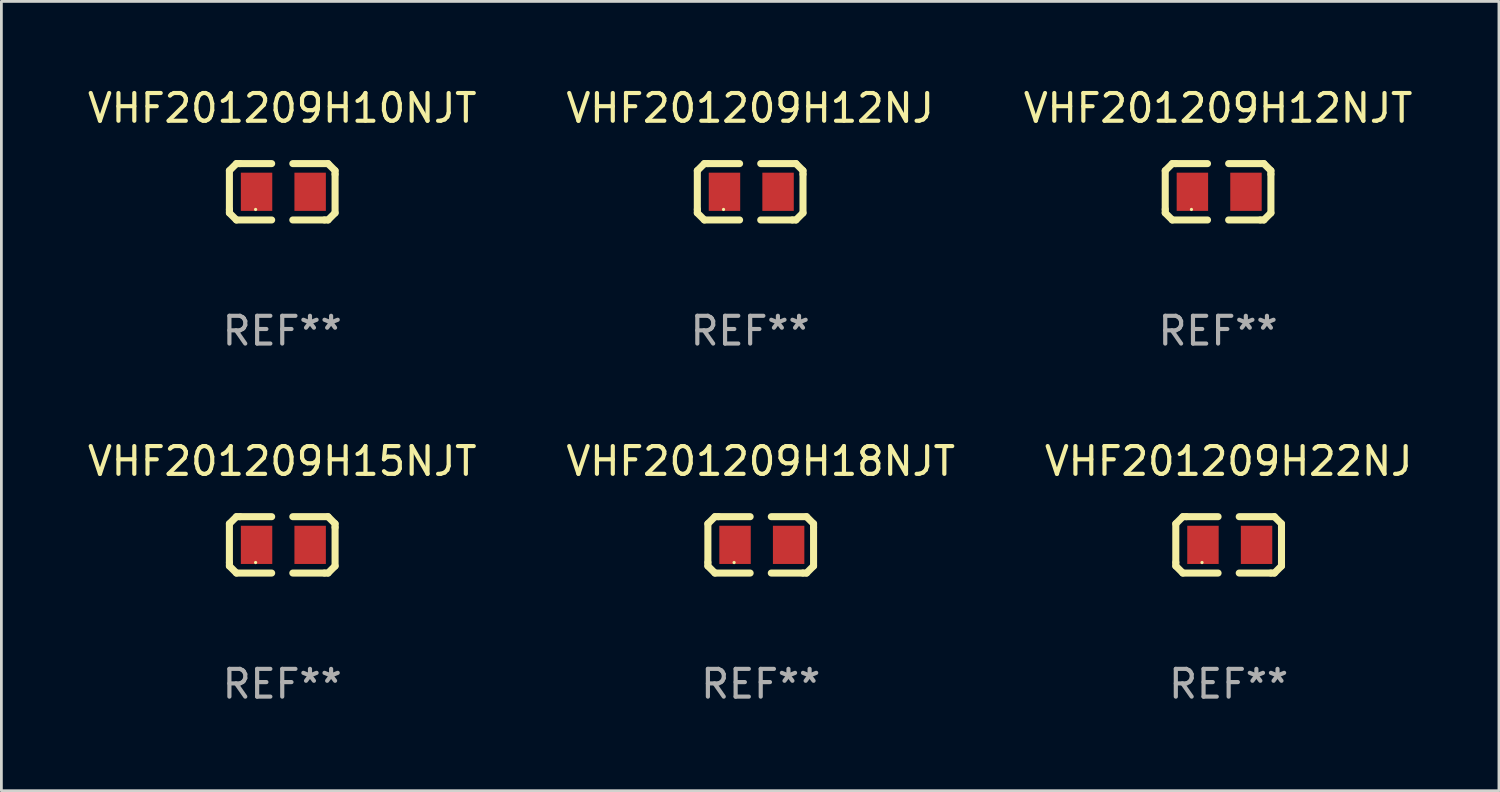
<source format=kicad_pcb>
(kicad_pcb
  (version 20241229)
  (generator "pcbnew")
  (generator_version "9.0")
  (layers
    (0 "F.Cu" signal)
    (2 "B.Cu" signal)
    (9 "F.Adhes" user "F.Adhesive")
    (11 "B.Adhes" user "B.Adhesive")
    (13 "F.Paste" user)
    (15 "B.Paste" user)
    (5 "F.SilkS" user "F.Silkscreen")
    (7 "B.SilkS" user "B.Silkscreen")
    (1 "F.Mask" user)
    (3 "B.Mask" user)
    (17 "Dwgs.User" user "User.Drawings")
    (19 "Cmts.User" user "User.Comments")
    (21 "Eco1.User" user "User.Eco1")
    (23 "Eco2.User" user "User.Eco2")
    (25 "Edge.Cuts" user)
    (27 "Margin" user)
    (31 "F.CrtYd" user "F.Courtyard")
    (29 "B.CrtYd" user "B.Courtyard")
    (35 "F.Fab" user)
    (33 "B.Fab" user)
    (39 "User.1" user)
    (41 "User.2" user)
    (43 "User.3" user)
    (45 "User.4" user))
  (footprint "VHF201209H12NJT"
    (layer "F.Cu")
    (at 40.863 3.864)
    (property "Reference" "VHF201209H12NJT" (at 0 -3.016 0) (layer "F.SilkS") (effects (font (size 1 1) (thickness 0.15))))
    (attr through_hole)
    (fp_line (start -1.905 -0.762) (end -1.905 0.635) (stroke (width 0.254) (type solid)) (layer "F.SilkS"))
    (fp_line (start -1.905 0.635) (end -1.905 0.762) (stroke (width 0.254) (type solid)) (layer "F.SilkS"))
    (fp_line (start -1.905 0.762) (end -1.651 1.016) (stroke (width 0.254) (type solid)) (layer "F.SilkS"))
    (fp_line (start -1.651 -1.016) (end -1.905 -0.762) (stroke (width 0.254) (type solid)) (layer "F.SilkS"))
    (fp_line (start -1.651 1.016) (end -0.381 1.016) (stroke (width 0.254) (type solid)) (layer "F.SilkS"))
    (fp_line (start -1.524 -1.016) (end -1.651 -1.016) (stroke (width 0.254) (type solid)) (layer "F.SilkS"))
    (fp_line (start -0.381 -1.016) (end -1.524 -1.016) (stroke (width 0.254) (type solid)) (layer "F.SilkS"))
    (fp_line (start 0.381 1.016) (end 1.524 1.016) (stroke (width 0.254) (type solid)) (layer "F.SilkS"))
    (fp_line (start 1.524 1.016) (end 1.651 1.016) (stroke (width 0.254) (type solid)) (layer "F.SilkS"))
    (fp_line (start 1.651 -1.016) (end 0.381 -1.016) (stroke (width 0.254) (type solid)) (layer "F.SilkS"))
    (fp_line (start 1.651 1.016) (end 1.905 0.762) (stroke (width 0.254) (type solid)) (layer "F.SilkS"))
    (fp_line (start 1.905 -0.762) (end 1.651 -1.016) (stroke (width 0.254) (type solid)) (layer "F.SilkS"))
    (fp_line (start 1.905 -0.635) (end 1.905 -0.762) (stroke (width 0.254) (type solid)) (layer "F.SilkS"))
    (fp_line (start 1.905 0.762) (end 1.905 -0.635) (stroke (width 0.254) (type solid)) (layer "F.SilkS"))
    (fp_circle (center -0.96 0.637) (end -0.93 0.637) (stroke (width 0.06) (type solid)) (fill no) (layer "F.SilkS"))
    (fp_text user "REF**" (at 0 5.016 0) (layer "F.Fab") (effects (font (size 1 1) (thickness 0.15))))
    (pad "1" smd rect (at -0.926 -0.000051) (size 1.133 1.377) (layers "F.Cu" "F.Mask" "F.Paste"))
    (pad "2" smd rect (at 1.006 -0.000051) (size 1.133 1.377) (layers "F.Cu" "F.Mask" "F.Paste")))
  (footprint "VHF201209H12NJ"
    (layer "F.Cu")
    (at 23.994 3.864)
    (property "Reference" "VHF201209H12NJ" (at 0 -3.016 0) (layer "F.SilkS") (effects (font (size 1 1) (thickness 0.15))))
    (attr through_hole)
    (fp_line (start -1.905 -0.762) (end -1.905 0.635) (stroke (width 0.254) (type solid)) (layer "F.SilkS"))
    (fp_line (start -1.905 0.635) (end -1.905 0.762) (stroke (width 0.254) (type solid)) (layer "F.SilkS"))
    (fp_line (start -1.905 0.762) (end -1.651 1.016) (stroke (width 0.254) (type solid)) (layer "F.SilkS"))
    (fp_line (start -1.651 -1.016) (end -1.905 -0.762) (stroke (width 0.254) (type solid)) (layer "F.SilkS"))
    (fp_line (start -1.651 1.016) (end -0.381 1.016) (stroke (width 0.254) (type solid)) (layer "F.SilkS"))
    (fp_line (start -1.524 -1.016) (end -1.651 -1.016) (stroke (width 0.254) (type solid)) (layer "F.SilkS"))
    (fp_line (start -0.381 -1.016) (end -1.524 -1.016) (stroke (width 0.254) (type solid)) (layer "F.SilkS"))
    (fp_line (start 0.381 1.016) (end 1.524 1.016) (stroke (width 0.254) (type solid)) (layer "F.SilkS"))
    (fp_line (start 1.524 1.016) (end 1.651 1.016) (stroke (width 0.254) (type solid)) (layer "F.SilkS"))
    (fp_line (start 1.651 -1.016) (end 0.381 -1.016) (stroke (width 0.254) (type solid)) (layer "F.SilkS"))
    (fp_line (start 1.651 1.016) (end 1.905 0.762) (stroke (width 0.254) (type solid)) (layer "F.SilkS"))
    (fp_line (start 1.905 -0.762) (end 1.651 -1.016) (stroke (width 0.254) (type solid)) (layer "F.SilkS"))
    (fp_line (start 1.905 -0.635) (end 1.905 -0.762) (stroke (width 0.254) (type solid)) (layer "F.SilkS"))
    (fp_line (start 1.905 0.762) (end 1.905 -0.635) (stroke (width 0.254) (type solid)) (layer "F.SilkS"))
    (fp_circle (center -0.96 0.637) (end -0.93 0.637) (stroke (width 0.06) (type solid)) (fill no) (layer "F.SilkS"))
    (fp_text user "REF**" (at 0 5.016 0) (layer "F.Fab") (effects (font (size 1 1) (thickness 0.15))))
    (pad "1" smd rect (at -0.926 -0.000051) (size 1.133 1.377) (layers "F.Cu" "F.Mask" "F.Paste"))
    (pad "2" smd rect (at 1.006 -0.000051) (size 1.133 1.377) (layers "F.Cu" "F.Mask" "F.Paste")))
  (footprint "VHF201209H22NJ"
    (layer "F.Cu")
    (at 41.244 16.593)
    (property "Reference" "VHF201209H22NJ" (at 0 -3.016 0) (layer "F.SilkS") (effects (font (size 1 1) (thickness 0.15))))
    (attr through_hole)
    (fp_line (start -1.905 -0.762) (end -1.905 0.635) (stroke (width 0.254) (type solid)) (layer "F.SilkS"))
    (fp_line (start -1.905 0.635) (end -1.905 0.762) (stroke (width 0.254) (type solid)) (layer "F.SilkS"))
    (fp_line (start -1.905 0.762) (end -1.651 1.016) (stroke (width 0.254) (type solid)) (layer "F.SilkS"))
    (fp_line (start -1.651 -1.016) (end -1.905 -0.762) (stroke (width 0.254) (type solid)) (layer "F.SilkS"))
    (fp_line (start -1.651 1.016) (end -0.381 1.016) (stroke (width 0.254) (type solid)) (layer "F.SilkS"))
    (fp_line (start -1.524 -1.016) (end -1.651 -1.016) (stroke (width 0.254) (type solid)) (layer "F.SilkS"))
    (fp_line (start -0.381 -1.016) (end -1.524 -1.016) (stroke (width 0.254) (type solid)) (layer "F.SilkS"))
    (fp_line (start 0.381 1.016) (end 1.524 1.016) (stroke (width 0.254) (type solid)) (layer "F.SilkS"))
    (fp_line (start 1.524 1.016) (end 1.651 1.016) (stroke (width 0.254) (type solid)) (layer "F.SilkS"))
    (fp_line (start 1.651 -1.016) (end 0.381 -1.016) (stroke (width 0.254) (type solid)) (layer "F.SilkS"))
    (fp_line (start 1.651 1.016) (end 1.905 0.762) (stroke (width 0.254) (type solid)) (layer "F.SilkS"))
    (fp_line (start 1.905 -0.762) (end 1.651 -1.016) (stroke (width 0.254) (type solid)) (layer "F.SilkS"))
    (fp_line (start 1.905 -0.635) (end 1.905 -0.762) (stroke (width 0.254) (type solid)) (layer "F.SilkS"))
    (fp_line (start 1.905 0.762) (end 1.905 -0.635) (stroke (width 0.254) (type solid)) (layer "F.SilkS"))
    (fp_circle (center -0.96 0.637) (end -0.93 0.637) (stroke (width 0.06) (type solid)) (fill no) (layer "F.SilkS"))
    (fp_text user "REF**" (at 0 5.016 0) (layer "F.Fab") (effects (font (size 1 1) (thickness 0.15))))
    (pad "1" smd rect (at -0.926 -0.000051) (size 1.133 1.377) (layers "F.Cu" "F.Mask" "F.Paste"))
    (pad "2" smd rect (at 1.006 -0.000051) (size 1.133 1.377) (layers "F.Cu" "F.Mask" "F.Paste")))
  (footprint "VHF201209H15NJT"
    (layer "F.Cu")
    (at 7.125 16.593)
    (property "Reference" "VHF201209H15NJT" (at 0 -3.016 0) (layer "F.SilkS") (effects (font (size 1 1) (thickness 0.15))))
    (attr through_hole)
    (fp_line (start -1.905 -0.762) (end -1.905 0.635) (stroke (width 0.254) (type solid)) (layer "F.SilkS"))
    (fp_line (start -1.905 0.635) (end -1.905 0.762) (stroke (width 0.254) (type solid)) (layer "F.SilkS"))
    (fp_line (start -1.905 0.762) (end -1.651 1.016) (stroke (width 0.254) (type solid)) (layer "F.SilkS"))
    (fp_line (start -1.651 -1.016) (end -1.905 -0.762) (stroke (width 0.254) (type solid)) (layer "F.SilkS"))
    (fp_line (start -1.651 1.016) (end -0.381 1.016) (stroke (width 0.254) (type solid)) (layer "F.SilkS"))
    (fp_line (start -1.524 -1.016) (end -1.651 -1.016) (stroke (width 0.254) (type solid)) (layer "F.SilkS"))
    (fp_line (start -0.381 -1.016) (end -1.524 -1.016) (stroke (width 0.254) (type solid)) (layer "F.SilkS"))
    (fp_line (start 0.381 1.016) (end 1.524 1.016) (stroke (width 0.254) (type solid)) (layer "F.SilkS"))
    (fp_line (start 1.524 1.016) (end 1.651 1.016) (stroke (width 0.254) (type solid)) (layer "F.SilkS"))
    (fp_line (start 1.651 -1.016) (end 0.381 -1.016) (stroke (width 0.254) (type solid)) (layer "F.SilkS"))
    (fp_line (start 1.651 1.016) (end 1.905 0.762) (stroke (width 0.254) (type solid)) (layer "F.SilkS"))
    (fp_line (start 1.905 -0.762) (end 1.651 -1.016) (stroke (width 0.254) (type solid)) (layer "F.SilkS"))
    (fp_line (start 1.905 -0.635) (end 1.905 -0.762) (stroke (width 0.254) (type solid)) (layer "F.SilkS"))
    (fp_line (start 1.905 0.762) (end 1.905 -0.635) (stroke (width 0.254) (type solid)) (layer "F.SilkS"))
    (fp_circle (center -0.96 0.637) (end -0.93 0.637) (stroke (width 0.06) (type solid)) (fill no) (layer "F.SilkS"))
    (fp_text user "REF**" (at 0 5.016 0) (layer "F.Fab") (effects (font (size 1 1) (thickness 0.15))))
    (pad "1" smd rect (at -0.926 -0.000051) (size 1.133 1.377) (layers "F.Cu" "F.Mask" "F.Paste"))
    (pad "2" smd rect (at 1.006 -0.000051) (size 1.133 1.377) (layers "F.Cu" "F.Mask" "F.Paste")))
  (footprint "VHF201209H10NJT"
    (layer "F.Cu")
    (at 7.125 3.864)
    (property "Reference" "VHF201209H10NJT" (at 0 -3.016 0) (layer "F.SilkS") (effects (font (size 1 1) (thickness 0.15))))
    (attr through_hole)
    (fp_line (start -1.905 -0.762) (end -1.905 0.635) (stroke (width 0.254) (type solid)) (layer "F.SilkS"))
    (fp_line (start -1.905 0.635) (end -1.905 0.762) (stroke (width 0.254) (type solid)) (layer "F.SilkS"))
    (fp_line (start -1.905 0.762) (end -1.651 1.016) (stroke (width 0.254) (type solid)) (layer "F.SilkS"))
    (fp_line (start -1.651 -1.016) (end -1.905 -0.762) (stroke (width 0.254) (type solid)) (layer "F.SilkS"))
    (fp_line (start -1.651 1.016) (end -0.381 1.016) (stroke (width 0.254) (type solid)) (layer "F.SilkS"))
    (fp_line (start -1.524 -1.016) (end -1.651 -1.016) (stroke (width 0.254) (type solid)) (layer "F.SilkS"))
    (fp_line (start -0.381 -1.016) (end -1.524 -1.016) (stroke (width 0.254) (type solid)) (layer "F.SilkS"))
    (fp_line (start 0.381 1.016) (end 1.524 1.016) (stroke (width 0.254) (type solid)) (layer "F.SilkS"))
    (fp_line (start 1.524 1.016) (end 1.651 1.016) (stroke (width 0.254) (type solid)) (layer "F.SilkS"))
    (fp_line (start 1.651 -1.016) (end 0.381 -1.016) (stroke (width 0.254) (type solid)) (layer "F.SilkS"))
    (fp_line (start 1.651 1.016) (end 1.905 0.762) (stroke (width 0.254) (type solid)) (layer "F.SilkS"))
    (fp_line (start 1.905 -0.762) (end 1.651 -1.016) (stroke (width 0.254) (type solid)) (layer "F.SilkS"))
    (fp_line (start 1.905 -0.635) (end 1.905 -0.762) (stroke (width 0.254) (type solid)) (layer "F.SilkS"))
    (fp_line (start 1.905 0.762) (end 1.905 -0.635) (stroke (width 0.254) (type solid)) (layer "F.SilkS"))
    (fp_circle (center -0.96 0.637) (end -0.93 0.637) (stroke (width 0.06) (type solid)) (fill no) (layer "F.SilkS"))
    (fp_text user "REF**" (at 0 5.016 0) (layer "F.Fab") (effects (font (size 1 1) (thickness 0.15))))
    (pad "1" smd rect (at -0.926 -0.000051) (size 1.133 1.377) (layers "F.Cu" "F.Mask" "F.Paste"))
    (pad "2" smd rect (at 1.006 -0.000051) (size 1.133 1.377) (layers "F.Cu" "F.Mask" "F.Paste")))
  (footprint "VHF201209H18NJT"
    (layer "F.Cu")
    (at 24.375 16.593)
    (property "Reference" "VHF201209H18NJT" (at 0 -3.016 0) (layer "F.SilkS") (effects (font (size 1 1) (thickness 0.15))))
    (attr through_hole)
    (fp_line (start -1.905 -0.762) (end -1.905 0.635) (stroke (width 0.254) (type solid)) (layer "F.SilkS"))
    (fp_line (start -1.905 0.635) (end -1.905 0.762) (stroke (width 0.254) (type solid)) (layer "F.SilkS"))
    (fp_line (start -1.905 0.762) (end -1.651 1.016) (stroke (width 0.254) (type solid)) (layer "F.SilkS"))
    (fp_line (start -1.651 -1.016) (end -1.905 -0.762) (stroke (width 0.254) (type solid)) (layer "F.SilkS"))
    (fp_line (start -1.651 1.016) (end -0.381 1.016) (stroke (width 0.254) (type solid)) (layer "F.SilkS"))
    (fp_line (start -1.524 -1.016) (end -1.651 -1.016) (stroke (width 0.254) (type solid)) (layer "F.SilkS"))
    (fp_line (start -0.381 -1.016) (end -1.524 -1.016) (stroke (width 0.254) (type solid)) (layer "F.SilkS"))
    (fp_line (start 0.381 1.016) (end 1.524 1.016) (stroke (width 0.254) (type solid)) (layer "F.SilkS"))
    (fp_line (start 1.524 1.016) (end 1.651 1.016) (stroke (width 0.254) (type solid)) (layer "F.SilkS"))
    (fp_line (start 1.651 -1.016) (end 0.381 -1.016) (stroke (width 0.254) (type solid)) (layer "F.SilkS"))
    (fp_line (start 1.651 1.016) (end 1.905 0.762) (stroke (width 0.254) (type solid)) (layer "F.SilkS"))
    (fp_line (start 1.905 -0.762) (end 1.651 -1.016) (stroke (width 0.254) (type solid)) (layer "F.SilkS"))
    (fp_line (start 1.905 -0.635) (end 1.905 -0.762) (stroke (width 0.254) (type solid)) (layer "F.SilkS"))
    (fp_line (start 1.905 0.762) (end 1.905 -0.635) (stroke (width 0.254) (type solid)) (layer "F.SilkS"))
    (fp_circle (center -0.96 0.637) (end -0.93 0.637) (stroke (width 0.06) (type solid)) (fill no) (layer "F.SilkS"))
    (fp_text user "REF**" (at 0 5.016 0) (layer "F.Fab") (effects (font (size 1 1) (thickness 0.15))))
    (pad "1" smd rect (at -0.926 -0.000051) (size 1.133 1.377) (layers "F.Cu" "F.Mask" "F.Paste"))
    (pad "2" smd rect (at 1.006 -0.000051) (size 1.133 1.377) (layers "F.Cu" "F.Mask" "F.Paste")))
  (gr_rect
    (start -3 -3)
    (end 50.988 25.457)
    (stroke (width 0.1) (type default))
    (fill no)
    (layer "Edge.Cuts")))
</source>
